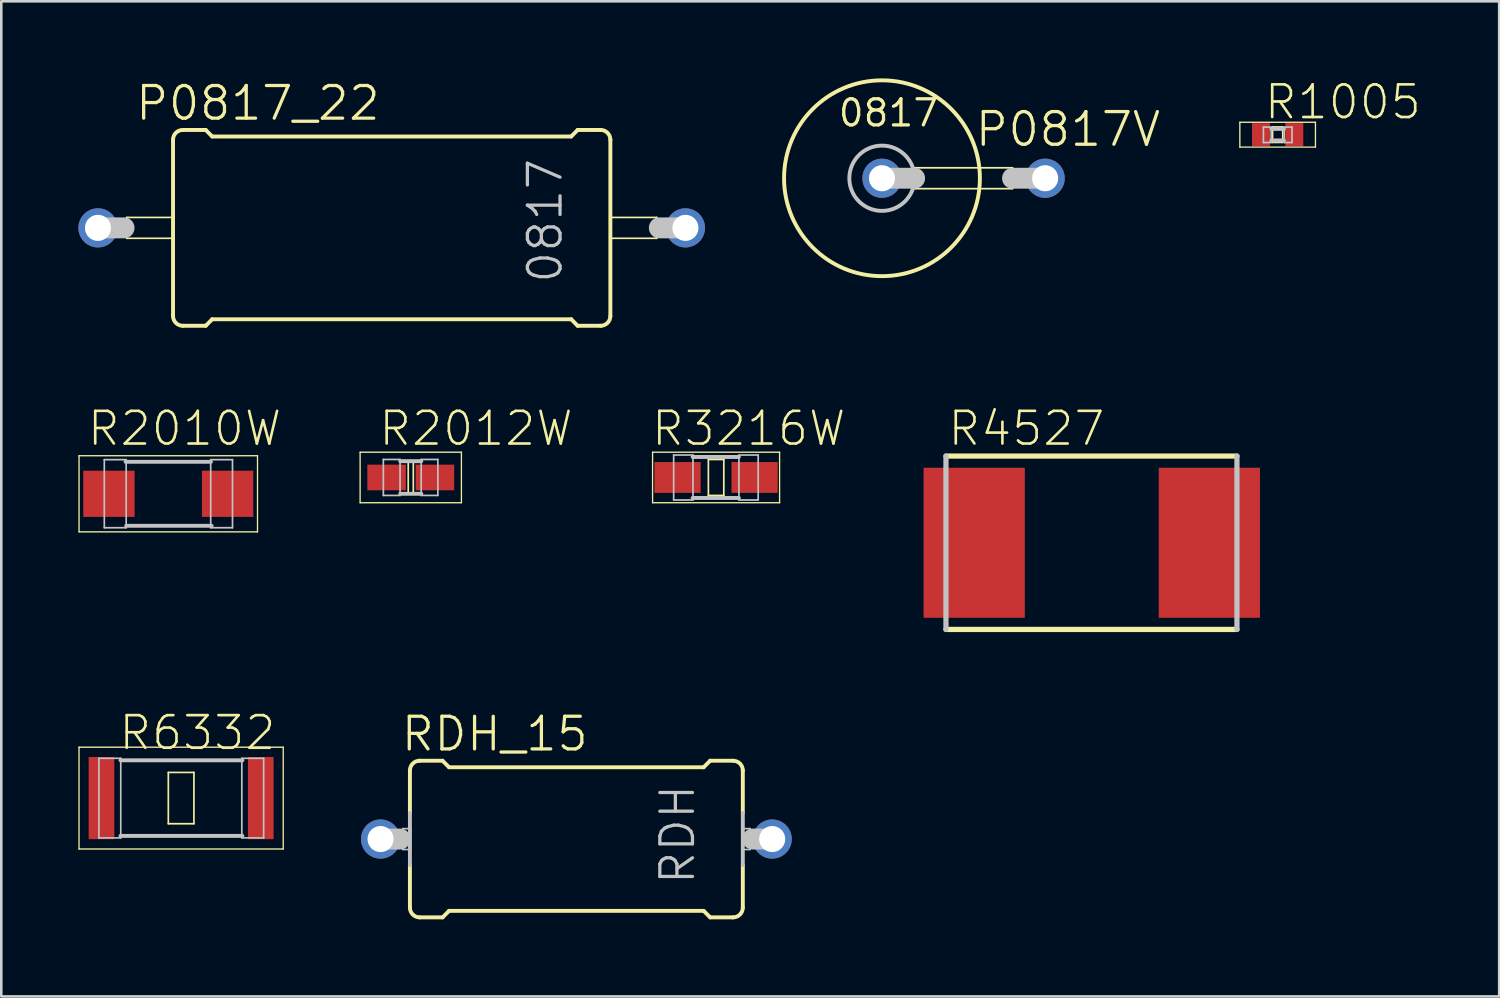
<source format=kicad_pcb>
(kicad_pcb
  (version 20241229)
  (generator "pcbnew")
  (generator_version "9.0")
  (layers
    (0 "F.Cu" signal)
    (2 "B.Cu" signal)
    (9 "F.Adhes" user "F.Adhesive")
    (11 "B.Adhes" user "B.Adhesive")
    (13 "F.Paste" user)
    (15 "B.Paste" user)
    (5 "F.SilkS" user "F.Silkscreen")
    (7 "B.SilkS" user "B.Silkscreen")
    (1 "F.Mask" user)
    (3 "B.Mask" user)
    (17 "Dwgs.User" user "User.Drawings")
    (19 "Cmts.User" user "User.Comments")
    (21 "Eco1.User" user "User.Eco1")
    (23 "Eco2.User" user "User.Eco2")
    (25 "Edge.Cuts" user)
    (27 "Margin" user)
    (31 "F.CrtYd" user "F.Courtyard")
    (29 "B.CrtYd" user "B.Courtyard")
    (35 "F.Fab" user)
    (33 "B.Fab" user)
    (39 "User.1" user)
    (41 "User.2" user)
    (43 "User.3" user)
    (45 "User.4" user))
  (footprint "R3216W"
    (layer "F.Cu")
    (at 24.815 15.53)
    (property "Reference" "R3216W" (at 1.27 -1.905 0) (layer "F.SilkS") (effects (font (size 1.27 1.27) (thickness 0.102))))
    (attr smd)
    (fp_line (start -2.471 -0.983) (end 2.471 -0.983) (stroke (width 0.051) (type solid)) (layer "F.SilkS"))
    (fp_line (start -2.471 0.983) (end -2.471 -0.983) (stroke (width 0.051) (type solid)) (layer "F.SilkS"))
    (fp_line (start -0.3 -0.699) (end 0.3 -0.699) (stroke (width 0.066) (type solid)) (layer "F.SilkS"))
    (fp_line (start -0.3 0.699) (end -0.3 -0.699) (stroke (width 0.066) (type solid)) (layer "F.SilkS"))
    (fp_line (start -0.3 0.699) (end 0.3 0.699) (stroke (width 0.066) (type solid)) (layer "F.SilkS"))
    (fp_line (start 0.3 0.699) (end 0.3 -0.699) (stroke (width 0.066) (type solid)) (layer "F.SilkS"))
    (fp_line (start 2.471 -0.983) (end 2.471 0.983) (stroke (width 0.051) (type solid)) (layer "F.SilkS"))
    (fp_line (start 2.471 0.983) (end -2.471 0.983) (stroke (width 0.051) (type solid)) (layer "F.SilkS"))
    (fp_line (start -1.651 -0.874) (end -0.899 -0.874) (stroke (width 0.066) (type solid)) (layer "Dwgs.User"))
    (fp_line (start -1.651 0.876) (end -1.651 -0.874) (stroke (width 0.066) (type solid)) (layer "Dwgs.User"))
    (fp_line (start -1.651 0.876) (end -0.899 0.876) (stroke (width 0.066) (type solid)) (layer "Dwgs.User"))
    (fp_line (start -0.912 -0.798) (end 0.886 -0.798) (stroke (width 0.152) (type solid)) (layer "Dwgs.User"))
    (fp_line (start -0.912 0.798) (end 0.886 0.798) (stroke (width 0.152) (type solid)) (layer "Dwgs.User"))
    (fp_line (start -0.899 0.876) (end -0.899 -0.874) (stroke (width 0.066) (type solid)) (layer "Dwgs.User"))
    (fp_line (start 0.889 -0.874) (end 1.638 -0.874) (stroke (width 0.066) (type solid)) (layer "Dwgs.User"))
    (fp_line (start 0.889 0.876) (end 0.889 -0.874) (stroke (width 0.066) (type solid)) (layer "Dwgs.User"))
    (fp_line (start 0.889 0.876) (end 1.638 0.876) (stroke (width 0.066) (type solid)) (layer "Dwgs.User"))
    (fp_line (start 1.638 0.876) (end 1.638 -0.874) (stroke (width 0.066) (type solid)) (layer "Dwgs.User"))
    (pad "1" smd rect (at -1.499 0) (size 1.798 1.199) (layers "F.Cu" "F.Mask" "F.Paste"))
    (pad "2" smd rect (at 1.499 0) (size 1.798 1.199) (layers "F.Cu" "F.Mask" "F.Paste")))
  (footprint "RDH_15"
    (layer "F.Cu")
    (at 19.378 29.6)
    (property "Reference" "RDH_15" (at -3.175 -4.089 0) (layer "F.SilkS") (effects (font (size 1.27 1.27) (thickness 0.127))))
    (attr exclude_from_pos_files exclude_from_bom)
    (fp_line (start -6.477 -1.016) (end -6.477 -2.667) (stroke (width 0.152) (type solid)) (layer "F.SilkS"))
    (fp_line (start -6.477 2.667) (end -6.477 1.016) (stroke (width 0.152) (type solid)) (layer "F.SilkS"))
    (fp_line (start -6.096 -3.048) (end -5.207 -3.048) (stroke (width 0.152) (type solid)) (layer "F.SilkS"))
    (fp_line (start -6.096 3.048) (end -5.207 3.048) (stroke (width 0.152) (type solid)) (layer "F.SilkS"))
    (fp_line (start -4.953 -2.794) (end -5.207 -3.048) (stroke (width 0.152) (type solid)) (layer "F.SilkS"))
    (fp_line (start -4.953 2.794) (end -5.207 3.048) (stroke (width 0.152) (type solid)) (layer "F.SilkS"))
    (fp_line (start 4.953 -2.794) (end -4.953 -2.794) (stroke (width 0.152) (type solid)) (layer "F.SilkS"))
    (fp_line (start 4.953 -2.794) (end 5.207 -3.048) (stroke (width 0.152) (type solid)) (layer "F.SilkS"))
    (fp_line (start 4.953 2.794) (end -4.953 2.794) (stroke (width 0.152) (type solid)) (layer "F.SilkS"))
    (fp_line (start 4.953 2.794) (end 5.207 3.048) (stroke (width 0.152) (type solid)) (layer "F.SilkS"))
    (fp_line (start 6.096 -3.048) (end 5.207 -3.048) (stroke (width 0.152) (type solid)) (layer "F.SilkS"))
    (fp_line (start 6.096 3.048) (end 5.207 3.048) (stroke (width 0.152) (type solid)) (layer "F.SilkS"))
    (fp_line (start 6.477 -1.016) (end 6.477 -2.667) (stroke (width 0.152) (type solid)) (layer "F.SilkS"))
    (fp_line (start 6.477 2.667) (end 6.477 1.016) (stroke (width 0.152) (type solid)) (layer "F.SilkS"))
    (fp_arc (start -6.477 -2.667) (mid -6.365408 -2.936408) (end -6.096 -3.048) (stroke (width 0.1524) (type solid)) (layer "F.SilkS"))
    (fp_arc (start -6.096 3.048) (mid -6.365408 2.936408) (end -6.477 2.667) (stroke (width 0.1524) (type solid)) (layer "F.SilkS"))
    (fp_arc (start 6.096 -3.048) (mid 6.365408 -2.936408) (end 6.477 -2.667) (stroke (width 0.1524) (type solid)) (layer "F.SilkS"))
    (fp_arc (start 6.477 2.667) (mid 6.365408 2.936408) (end 6.096 3.048) (stroke (width 0.1524) (type solid)) (layer "F.SilkS"))
    (fp_line (start -7.62 0) (end -6.858 0) (stroke (width 0.813) (type solid)) (layer "Dwgs.User"))
    (fp_line (start -6.756 -0.406) (end -6.452 -0.406) (stroke (width 0.066) (type solid)) (layer "Dwgs.User"))
    (fp_line (start -6.756 0.406) (end -6.756 -0.406) (stroke (width 0.066) (type solid)) (layer "Dwgs.User"))
    (fp_line (start -6.756 0.406) (end -6.452 0.406) (stroke (width 0.066) (type solid)) (layer "Dwgs.User"))
    (fp_line (start -6.477 -1.016) (end -6.477 1.016) (stroke (width 0.152) (type solid)) (layer "Dwgs.User"))
    (fp_line (start -6.452 0.406) (end -6.452 -0.406) (stroke (width 0.066) (type solid)) (layer "Dwgs.User"))
    (fp_line (start 6.452 -0.406) (end 6.756 -0.406) (stroke (width 0.066) (type solid)) (layer "Dwgs.User"))
    (fp_line (start 6.452 0.406) (end 6.452 -0.406) (stroke (width 0.066) (type solid)) (layer "Dwgs.User"))
    (fp_line (start 6.452 0.406) (end 6.756 0.406) (stroke (width 0.066) (type solid)) (layer "Dwgs.User"))
    (fp_line (start 6.477 -1.016) (end 6.477 1.016) (stroke (width 0.152) (type solid)) (layer "Dwgs.User"))
    (fp_line (start 6.756 0.406) (end 6.756 -0.406) (stroke (width 0.066) (type solid)) (layer "Dwgs.User"))
    (fp_line (start 6.858 0) (end 7.62 0) (stroke (width 0.813) (type solid)) (layer "Dwgs.User"))
    (fp_text user "RDH" (at 3.937 -0.178 90) (layer "Dwgs.User") (effects (font (size 1.27 1.27) (thickness 0.127))))
    (pad "1" thru_hole circle (at -7.62 0) (size 1.524 1.524) (drill 1.016) (layers "*.Cu" "*.Paste" "*.Mask"))
    (pad "2" thru_hole circle (at 7.62 0) (size 1.524 1.524) (drill 1.016) (layers "*.Cu" "*.Paste" "*.Mask")))
  (footprint "R2010W"
    (layer "F.Cu")
    (at 3.498 16.165)
    (property "Reference" "R2010W" (at 0.635 -2.54 0) (layer "F.SilkS") (effects (font (size 1.27 1.27) (thickness 0.102))))
    (attr smd)
    (fp_line (start -3.472 -1.481) (end 3.472 -1.481) (stroke (width 0.051) (type solid)) (layer "F.SilkS"))
    (fp_line (start -3.472 1.481) (end -3.472 -1.481) (stroke (width 0.051) (type solid)) (layer "F.SilkS"))
    (fp_line (start 3.472 -1.481) (end 3.472 1.481) (stroke (width 0.051) (type solid)) (layer "F.SilkS"))
    (fp_line (start 3.472 1.481) (end -3.472 1.481) (stroke (width 0.051) (type solid)) (layer "F.SilkS"))
    (fp_line (start -2.489 -1.328) (end -1.638 -1.328) (stroke (width 0.066) (type solid)) (layer "Dwgs.User"))
    (fp_line (start -2.489 1.321) (end -2.489 -1.328) (stroke (width 0.066) (type solid)) (layer "Dwgs.User"))
    (fp_line (start -2.489 1.321) (end -1.638 1.321) (stroke (width 0.066) (type solid)) (layer "Dwgs.User"))
    (fp_line (start -1.661 -1.245) (end 1.661 -1.245) (stroke (width 0.152) (type solid)) (layer "Dwgs.User"))
    (fp_line (start -1.638 1.321) (end -1.638 -1.328) (stroke (width 0.066) (type solid)) (layer "Dwgs.User"))
    (fp_line (start -1.636 1.245) (end 1.687 1.245) (stroke (width 0.152) (type solid)) (layer "Dwgs.User"))
    (fp_line (start 1.651 -1.328) (end 2.499 -1.328) (stroke (width 0.066) (type solid)) (layer "Dwgs.User"))
    (fp_line (start 1.651 1.321) (end 1.651 -1.328) (stroke (width 0.066) (type solid)) (layer "Dwgs.User"))
    (fp_line (start 1.651 1.321) (end 2.499 1.321) (stroke (width 0.066) (type solid)) (layer "Dwgs.User"))
    (fp_line (start 2.499 1.321) (end 2.499 -1.328) (stroke (width 0.066) (type solid)) (layer "Dwgs.User"))
    (pad "1" smd rect (at -2.309 0) (size 1.999 1.798) (layers "F.Cu" "F.Mask" "F.Paste"))
    (pad "2" smd rect (at 2.309 0) (size 1.999 1.798) (layers "F.Cu" "F.Mask" "F.Paste")))
  (footprint "R6332"
    (layer "F.Cu")
    (at 3.998 28.006)
    (property "Reference" "R6332" (at 0.635 -2.54 0) (layer "F.SilkS") (effects (font (size 1.27 1.27) (thickness 0.102))))
    (attr smd)
    (fp_line (start -3.973 -1.981) (end 3.973 -1.981) (stroke (width 0.051) (type solid)) (layer "F.SilkS"))
    (fp_line (start -3.973 1.981) (end -3.973 -1.981) (stroke (width 0.051) (type solid)) (layer "F.SilkS"))
    (fp_line (start -0.498 -0.998) (end 0.498 -0.998) (stroke (width 0.066) (type solid)) (layer "F.SilkS"))
    (fp_line (start -0.498 0.998) (end -0.498 -0.998) (stroke (width 0.066) (type solid)) (layer "F.SilkS"))
    (fp_line (start -0.498 0.998) (end 0.498 0.998) (stroke (width 0.066) (type solid)) (layer "F.SilkS"))
    (fp_line (start 0.498 0.998) (end 0.498 -0.998) (stroke (width 0.066) (type solid)) (layer "F.SilkS"))
    (fp_line (start 3.973 -1.981) (end 3.973 1.981) (stroke (width 0.051) (type solid)) (layer "F.SilkS"))
    (fp_line (start 3.973 1.981) (end -3.973 1.981) (stroke (width 0.051) (type solid)) (layer "F.SilkS"))
    (fp_line (start -3.2 -1.549) (end -2.349 -1.549) (stroke (width 0.066) (type solid)) (layer "Dwgs.User"))
    (fp_line (start -3.2 1.549) (end -3.2 -1.549) (stroke (width 0.066) (type solid)) (layer "Dwgs.User"))
    (fp_line (start -3.2 1.549) (end -2.349 1.549) (stroke (width 0.066) (type solid)) (layer "Dwgs.User"))
    (fp_line (start -2.36 -1.471) (end 2.385 -1.471) (stroke (width 0.152) (type solid)) (layer "Dwgs.User"))
    (fp_line (start -2.36 1.471) (end 2.385 1.471) (stroke (width 0.152) (type solid)) (layer "Dwgs.User"))
    (fp_line (start -2.349 1.549) (end -2.349 -1.549) (stroke (width 0.066) (type solid)) (layer "Dwgs.User"))
    (fp_line (start 2.362 -1.549) (end 3.211 -1.549) (stroke (width 0.066) (type solid)) (layer "Dwgs.User"))
    (fp_line (start 2.362 1.549) (end 2.362 -1.549) (stroke (width 0.066) (type solid)) (layer "Dwgs.User"))
    (fp_line (start 2.362 1.549) (end 3.211 1.549) (stroke (width 0.066) (type solid)) (layer "Dwgs.User"))
    (fp_line (start 3.211 1.549) (end 3.211 -1.549) (stroke (width 0.066) (type solid)) (layer "Dwgs.User"))
    (pad "1" smd rect (at -3.099 0) (size 0.998 3.198) (layers "F.Cu" "F.Mask" "F.Paste"))
    (pad "2" smd rect (at 3.099 0) (size 0.998 3.198) (layers "F.Cu" "F.Mask" "F.Paste")))
  (footprint "R4527"
    (layer "F.Cu")
    (at 39.434 18.07)
    (property "Reference" "R4527" (at -2.54 -4.445 0) (layer "F.SilkS") (effects (font (size 1.27 1.27) (thickness 0.102))))
    (attr smd)
    (fp_line (start -5.674 3.373) (end 5.649 3.373) (stroke (width 0.203) (type solid)) (layer "F.SilkS"))
    (fp_line (start 5.649 -3.373) (end -5.674 -3.373) (stroke (width 0.203) (type solid)) (layer "F.SilkS"))
    (fp_line (start -5.674 -3.373) (end -5.674 3.373) (stroke (width 0.203) (type solid)) (layer "Dwgs.User"))
    (fp_line (start 5.649 3.373) (end 5.649 -3.373) (stroke (width 0.203) (type solid)) (layer "Dwgs.User"))
    (pad "1" smd rect (at -4.575 0) (size 3.94 5.839) (layers "F.Cu" "F.Mask" "F.Paste"))
    (pad "2" smd rect (at 4.575 0) (size 3.94 5.839) (layers "F.Cu" "F.Mask" "F.Paste")))
  (footprint "P0817V"
    (layer "F.Cu")
    (at 36.35 3.886)
    (property "Reference" "P0817V" (at 2.159 -1.905 0) (layer "F.SilkS") (effects (font (size 1.27 1.27) (thickness 0.127))))
    (attr exclude_from_pos_files exclude_from_bom)
    (fp_line (start -3.81 -0.406) (end 0 -0.406) (stroke (width 0.066) (type solid)) (layer "F.SilkS"))
    (fp_line (start -3.81 0.406) (end -3.81 -0.406) (stroke (width 0.066) (type solid)) (layer "F.SilkS"))
    (fp_line (start -3.81 0.406) (end 0 0.406) (stroke (width 0.066) (type solid)) (layer "F.SilkS"))
    (fp_line (start 0 0.406) (end 0 -0.406) (stroke (width 0.066) (type solid)) (layer "F.SilkS"))
    (fp_circle (center -5.08 0) (end -5.08 -3.81) (stroke (width 0.152) (type solid)) (fill no) (layer "F.SilkS"))
    (fp_line (start -3.81 0) (end -5.08 0) (stroke (width 0.813) (type solid)) (layer "Dwgs.User"))
    (fp_line (start 1.27 0) (end 0 0) (stroke (width 0.813) (type solid)) (layer "Dwgs.User"))
    (fp_circle (center -5.08 0) (end -5.08 -1.27) (stroke (width 0.152) (type solid)) (fill no) (layer "Dwgs.User"))
    (fp_text user "0817" (at -4.826 -2.54 0) (layer "F.SilkS") (effects (font (size 1.016 1.016) (thickness 0.127))))
    (pad "1" thru_hole circle (at -5.08 0) (size 1.524 1.524) (drill 1.016) (layers "*.Cu" "*.Paste" "*.Mask"))
    (pad "2" thru_hole circle (at 1.27 0) (size 1.524 1.524) (drill 1.016) (layers "*.Cu" "*.Paste" "*.Mask")))
  (footprint "R2012W"
    (layer "F.Cu")
    (at 12.934 15.53)
    (property "Reference" "R2012W" (at 2.54 -1.905 0) (layer "F.SilkS") (effects (font (size 1.27 1.27) (thickness 0.102))))
    (attr smd)
    (fp_line (start -1.971 -0.983) (end 1.971 -0.983) (stroke (width 0.051) (type solid)) (layer "F.SilkS"))
    (fp_line (start -1.971 0.983) (end -1.971 -0.983) (stroke (width 0.051) (type solid)) (layer "F.SilkS"))
    (fp_line (start -0.099 -0.599) (end 0.099 -0.599) (stroke (width 0.066) (type solid)) (layer "F.SilkS"))
    (fp_line (start -0.099 0.599) (end -0.099 -0.599) (stroke (width 0.066) (type solid)) (layer "F.SilkS"))
    (fp_line (start -0.099 0.599) (end 0.099 0.599) (stroke (width 0.066) (type solid)) (layer "F.SilkS"))
    (fp_line (start 0.099 0.599) (end 0.099 -0.599) (stroke (width 0.066) (type solid)) (layer "F.SilkS"))
    (fp_line (start 1.971 -0.983) (end 1.971 0.983) (stroke (width 0.051) (type solid)) (layer "F.SilkS"))
    (fp_line (start 1.971 0.983) (end -1.971 0.983) (stroke (width 0.051) (type solid)) (layer "F.SilkS"))
    (fp_line (start -1.067 -0.701) (end -0.417 -0.701) (stroke (width 0.066) (type solid)) (layer "Dwgs.User"))
    (fp_line (start -1.067 0.699) (end -1.067 -0.701) (stroke (width 0.066) (type solid)) (layer "Dwgs.User"))
    (fp_line (start -1.067 0.699) (end -0.417 0.699) (stroke (width 0.066) (type solid)) (layer "Dwgs.User"))
    (fp_line (start -0.417 0.699) (end -0.417 -0.701) (stroke (width 0.066) (type solid)) (layer "Dwgs.User"))
    (fp_line (start -0.409 -0.635) (end 0.409 -0.635) (stroke (width 0.152) (type solid)) (layer "Dwgs.User"))
    (fp_line (start -0.409 0.635) (end 0.409 0.635) (stroke (width 0.152) (type solid)) (layer "Dwgs.User"))
    (fp_line (start 0.406 -0.701) (end 1.054 -0.701) (stroke (width 0.066) (type solid)) (layer "Dwgs.User"))
    (fp_line (start 0.406 0.699) (end 0.406 -0.701) (stroke (width 0.066) (type solid)) (layer "Dwgs.User"))
    (fp_line (start 0.406 0.699) (end 1.054 0.699) (stroke (width 0.066) (type solid)) (layer "Dwgs.User"))
    (fp_line (start 1.054 0.699) (end 1.054 -0.701) (stroke (width 0.066) (type solid)) (layer "Dwgs.User"))
    (pad "1" smd rect (at -0.94 0) (size 1.499 0.998) (layers "F.Cu" "F.Mask" "F.Paste"))
    (pad "2" smd rect (at 0.94 0) (size 1.499 0.998) (layers "F.Cu" "F.Mask" "F.Paste")))
  (footprint "P0817_22"
    (layer "F.Cu")
    (at 12.192 5.817)
    (property "Reference" "P0817_22" (at -5.207 -4.851 0) (layer "F.SilkS") (effects (font (size 1.27 1.27) (thickness 0.127))))
    (attr exclude_from_pos_files exclude_from_bom)
    (fp_line (start -10.312 -0.406) (end -8.509 -0.406) (stroke (width 0.066) (type solid)) (layer "F.SilkS"))
    (fp_line (start -10.312 0.406) (end -10.312 -0.406) (stroke (width 0.066) (type solid)) (layer "F.SilkS"))
    (fp_line (start -10.312 0.406) (end -8.509 0.406) (stroke (width 0.066) (type solid)) (layer "F.SilkS"))
    (fp_line (start -8.509 0.406) (end -8.509 -0.406) (stroke (width 0.066) (type solid)) (layer "F.SilkS"))
    (fp_line (start -8.509 3.429) (end -8.509 -3.429) (stroke (width 0.152) (type solid)) (layer "F.SilkS"))
    (fp_line (start -8.128 -3.81) (end -7.236 -3.81) (stroke (width 0.152) (type solid)) (layer "F.SilkS"))
    (fp_line (start -8.128 3.81) (end -7.236 3.81) (stroke (width 0.152) (type solid)) (layer "F.SilkS"))
    (fp_line (start -6.985 -3.556) (end -7.236 -3.81) (stroke (width 0.152) (type solid)) (layer "F.SilkS"))
    (fp_line (start -6.985 3.556) (end -7.236 3.81) (stroke (width 0.152) (type solid)) (layer "F.SilkS"))
    (fp_line (start 6.985 -3.556) (end -6.985 -3.556) (stroke (width 0.152) (type solid)) (layer "F.SilkS"))
    (fp_line (start 6.985 -3.556) (end 7.236 -3.81) (stroke (width 0.152) (type solid)) (layer "F.SilkS"))
    (fp_line (start 6.985 3.556) (end -6.985 3.556) (stroke (width 0.152) (type solid)) (layer "F.SilkS"))
    (fp_line (start 6.985 3.556) (end 7.236 3.81) (stroke (width 0.152) (type solid)) (layer "F.SilkS"))
    (fp_line (start 8.128 -3.81) (end 7.236 -3.81) (stroke (width 0.152) (type solid)) (layer "F.SilkS"))
    (fp_line (start 8.128 3.81) (end 7.236 3.81) (stroke (width 0.152) (type solid)) (layer "F.SilkS"))
    (fp_line (start 8.509 -0.406) (end 10.312 -0.406) (stroke (width 0.066) (type solid)) (layer "F.SilkS"))
    (fp_line (start 8.509 0.406) (end 8.509 -0.406) (stroke (width 0.066) (type solid)) (layer "F.SilkS"))
    (fp_line (start 8.509 0.406) (end 10.312 0.406) (stroke (width 0.066) (type solid)) (layer "F.SilkS"))
    (fp_line (start 8.509 3.429) (end 8.509 -3.429) (stroke (width 0.152) (type solid)) (layer "F.SilkS"))
    (fp_line (start 10.312 0.406) (end 10.312 -0.406) (stroke (width 0.066) (type solid)) (layer "F.SilkS"))
    (fp_arc (start -8.509 -3.429) (mid -8.397408 -3.698408) (end -8.128 -3.81) (stroke (width 0.1524) (type solid)) (layer "F.SilkS"))
    (fp_arc (start -8.128 3.81) (mid -8.397408 3.698408) (end -8.509 3.429) (stroke (width 0.1524) (type solid)) (layer "F.SilkS"))
    (fp_arc (start 8.128 -3.81) (mid 8.397408 -3.698408) (end 8.509 -3.429) (stroke (width 0.1524) (type solid)) (layer "F.SilkS"))
    (fp_arc (start 8.509 3.429) (mid 8.397408 3.698408) (end 8.128 3.81) (stroke (width 0.1524) (type solid)) (layer "F.SilkS"))
    (fp_line (start -10.414 0) (end -11.43 0) (stroke (width 0.813) (type solid)) (layer "Dwgs.User"))
    (fp_line (start 11.43 0) (end 10.414 0) (stroke (width 0.813) (type solid)) (layer "Dwgs.User"))
    (fp_text user "0817" (at 5.969 -0.279 90) (layer "Dwgs.User") (effects (font (size 1.27 1.27) (thickness 0.127))))
    (pad "1" thru_hole circle (at -11.43 0) (size 1.524 1.524) (drill 1.016) (layers "*.Cu" "*.Paste" "*.Mask"))
    (pad "2" thru_hole circle (at 11.43 0) (size 1.524 1.524) (drill 1.016) (layers "*.Cu" "*.Paste" "*.Mask")))
  (footprint "R1005"
    (layer "F.Cu")
    (at 46.667 2.191)
    (property "Reference" "R1005" (at 2.54 -1.27 0) (layer "F.SilkS") (effects (font (size 1.27 1.27) (thickness 0.102))))
    (attr smd)
    (fp_line (start -1.471 -0.483) (end 1.471 -0.483) (stroke (width 0.051) (type solid)) (layer "F.SilkS"))
    (fp_line (start -1.471 0.483) (end -1.471 -0.483) (stroke (width 0.051) (type solid)) (layer "F.SilkS"))
    (fp_line (start -0.198 -0.3) (end 0.198 -0.3) (stroke (width 0.066) (type solid)) (layer "F.SilkS"))
    (fp_line (start -0.198 0.3) (end -0.198 -0.3) (stroke (width 0.066) (type solid)) (layer "F.SilkS"))
    (fp_line (start -0.198 0.3) (end 0.198 0.3) (stroke (width 0.066) (type solid)) (layer "F.SilkS"))
    (fp_line (start 0.198 0.3) (end 0.198 -0.3) (stroke (width 0.066) (type solid)) (layer "F.SilkS"))
    (fp_line (start 1.471 -0.483) (end 1.471 0.483) (stroke (width 0.051) (type solid)) (layer "F.SilkS"))
    (fp_line (start 1.471 0.483) (end -1.471 0.483) (stroke (width 0.051) (type solid)) (layer "F.SilkS"))
    (fp_line (start -0.554 -0.295) (end -0.254 -0.295) (stroke (width 0.066) (type solid)) (layer "Dwgs.User"))
    (fp_line (start -0.554 0.305) (end -0.554 -0.295) (stroke (width 0.066) (type solid)) (layer "Dwgs.User"))
    (fp_line (start -0.554 0.305) (end -0.254 0.305) (stroke (width 0.066) (type solid)) (layer "Dwgs.User"))
    (fp_line (start -0.254 0.305) (end -0.254 -0.295) (stroke (width 0.066) (type solid)) (layer "Dwgs.User"))
    (fp_line (start -0.244 -0.224) (end 0.244 -0.224) (stroke (width 0.152) (type solid)) (layer "Dwgs.User"))
    (fp_line (start 0.244 0.224) (end -0.244 0.224) (stroke (width 0.152) (type solid)) (layer "Dwgs.User"))
    (fp_line (start 0.257 -0.295) (end 0.559 -0.295) (stroke (width 0.066) (type solid)) (layer "Dwgs.User"))
    (fp_line (start 0.257 0.305) (end 0.257 -0.295) (stroke (width 0.066) (type solid)) (layer "Dwgs.User"))
    (fp_line (start 0.257 0.305) (end 0.559 0.305) (stroke (width 0.066) (type solid)) (layer "Dwgs.User"))
    (fp_line (start 0.559 0.305) (end 0.559 -0.295) (stroke (width 0.066) (type solid)) (layer "Dwgs.User"))
    (pad "1" smd rect (at -0.648 0) (size 0.699 0.899) (layers "F.Cu" "F.Mask" "F.Paste"))
    (pad "2" smd rect (at 0.648 0) (size 0.699 0.899) (layers "F.Cu" "F.Mask" "F.Paste")))
  (gr_rect
    (start -3 -3)
    (end 55.287 35.724)
    (stroke (width 0.1) (type default))
    (fill no)
    (layer "Edge.Cuts")))
</source>
